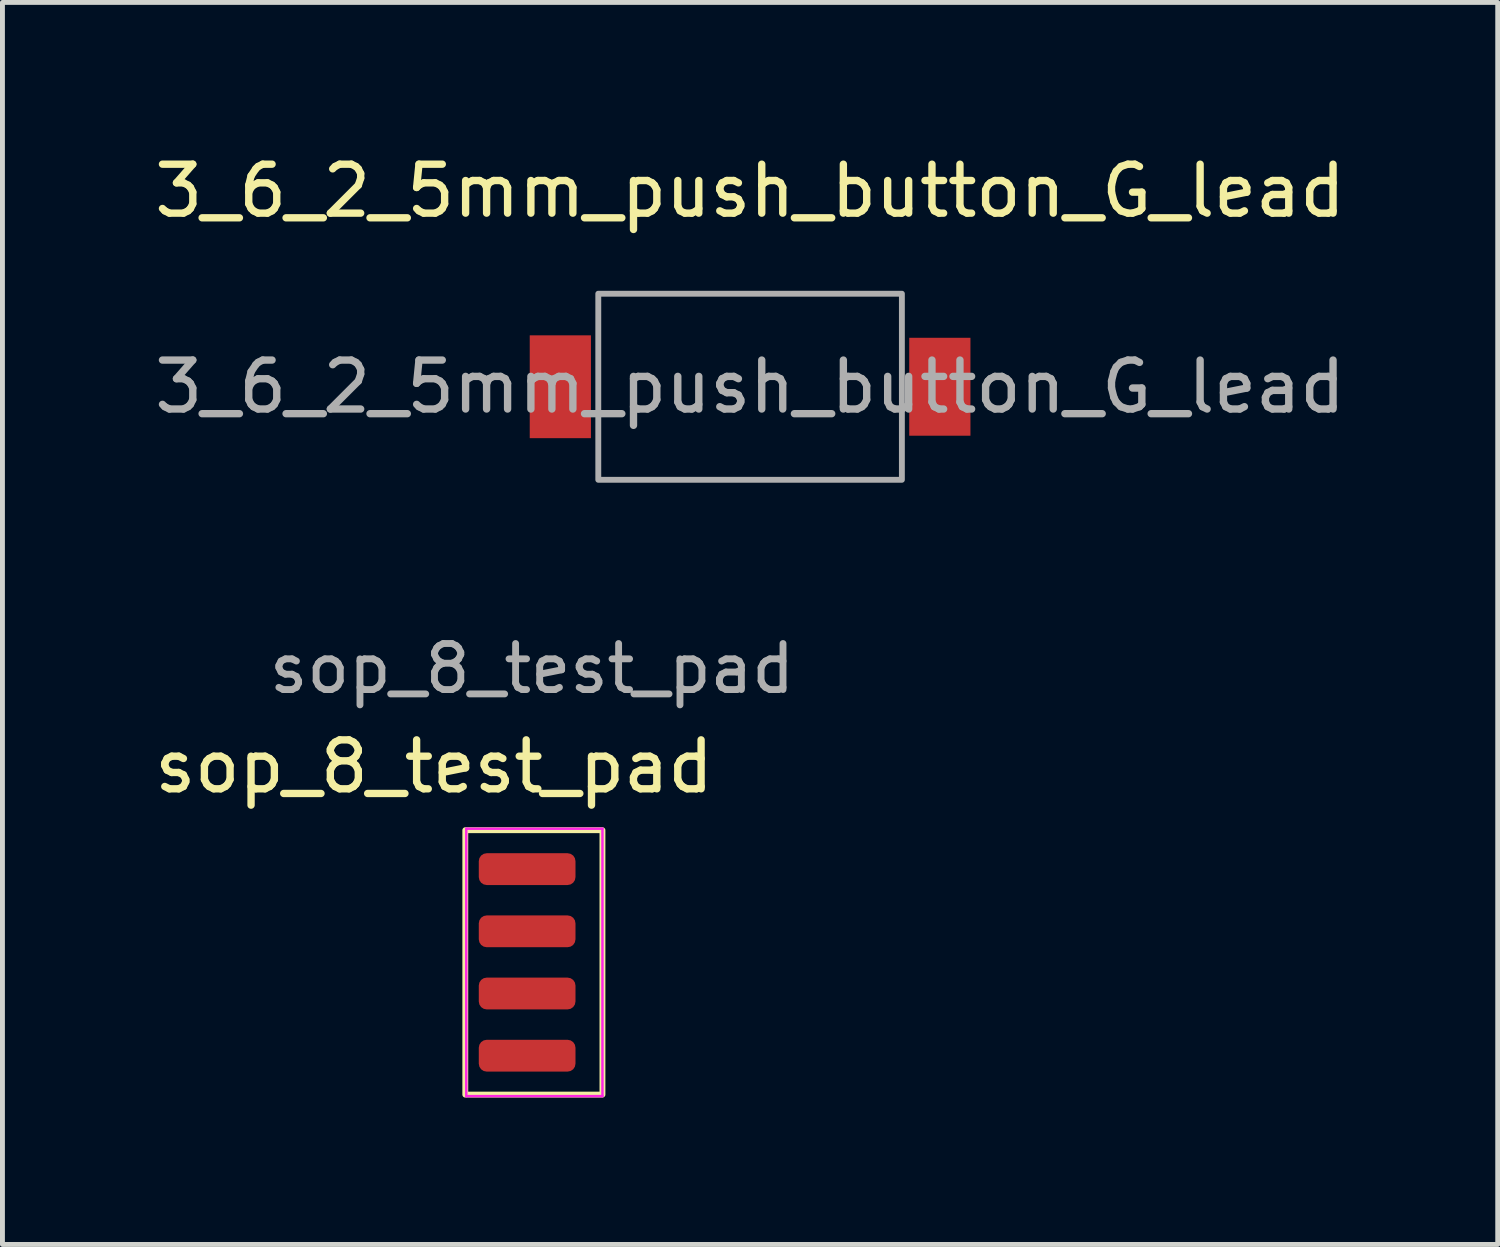
<source format=kicad_pcb>
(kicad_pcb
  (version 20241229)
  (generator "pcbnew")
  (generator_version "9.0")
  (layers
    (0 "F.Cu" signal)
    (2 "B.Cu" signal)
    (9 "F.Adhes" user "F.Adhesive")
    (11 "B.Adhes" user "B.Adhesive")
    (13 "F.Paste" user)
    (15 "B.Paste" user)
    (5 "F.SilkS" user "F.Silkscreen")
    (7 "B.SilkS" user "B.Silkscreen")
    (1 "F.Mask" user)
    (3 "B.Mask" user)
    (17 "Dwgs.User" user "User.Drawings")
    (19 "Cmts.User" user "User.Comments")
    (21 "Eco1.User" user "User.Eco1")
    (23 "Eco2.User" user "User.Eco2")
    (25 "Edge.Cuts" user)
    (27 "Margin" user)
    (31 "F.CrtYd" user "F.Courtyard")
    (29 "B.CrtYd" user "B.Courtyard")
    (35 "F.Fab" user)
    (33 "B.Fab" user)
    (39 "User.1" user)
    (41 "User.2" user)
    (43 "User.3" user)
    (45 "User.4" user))
  (footprint "3_6_2_5mm_push_button_G_lead"
    (layer "F.Cu")
    (at 12.268 4.848)
    (property "Reference" "3_6_2_5mm_push_button_G_lead" (at 0 -4 0) (unlocked yes) (layer "F.SilkS") (effects (font (size 1 1) (thickness 0.15))))
    (attr smd)
    (fp_rect (start -3.1 -1.9) (end 3.1 1.9) (stroke (width 0.12) (type solid)) (fill no) (layer "F.Fab"))
    (fp_text user "${REFERENCE}" (at 0 0 0) (unlocked yes) (layer "F.Fab") (effects (font (size 1 1) (thickness 0.15))))
    (pad "1" smd rect (at -3.875 0) (size 1.25 2.1) (layers "F.Cu" "F.Mask" "F.Paste"))
    (pad "2" smd rect (at 3.875 0) (size 1.25 2) (layers "F.Cu" "F.Mask" "F.Paste")))
  (footprint "sop_8_test_pad"
    (layer "F.Cu")
    (at 7.815 16.604)
    (property "Reference" "sop_8_test_pad" (at -2 -4 0) (layer "F.SilkS") (effects (font (size 1 1) (thickness 0.15))))
    (attr smd)
    (fp_rect (start -1.363 -2.7) (end 1.438 2.7) (stroke (width 0.12) (type solid)) (fill no) (layer "F.SilkS"))
    (fp_line (start -1.343 -2.73) (end -1.343 2.73) (stroke (width 0.05) (type solid)) (layer "F.CrtYd"))
    (fp_line (start -1.343 2.73) (end 1.438 2.73) (stroke (width 0.05) (type solid)) (layer "F.CrtYd"))
    (fp_line (start 1.438 -2.73) (end -1.343 -2.73) (stroke (width 0.05) (type solid)) (layer "F.CrtYd"))
    (fp_line (start 1.438 2.73) (end 1.438 -2.73) (stroke (width 0.05) (type solid)) (layer "F.CrtYd"))
    (fp_text user "${REFERENCE}" (at 0 -6 0) (layer "F.Fab") (effects (font (size 0.94 0.94) (thickness 0.14))))
    (pad "1" smd roundrect (at -0.1 -1.905) (size 1.975 0.65) (layers "F.Cu" "F.Mask" "F.Paste") (roundrect_rratio 0.25))
    (pad "2" smd roundrect (at -0.1 -0.635) (size 1.975 0.65) (layers "F.Cu" "F.Mask" "F.Paste") (roundrect_rratio 0.25))
    (pad "3" smd roundrect (at -0.1 0.635) (size 1.975 0.65) (layers "F.Cu" "F.Mask" "F.Paste") (roundrect_rratio 0.25))
    (pad "4" smd roundrect (at -0.1 1.905) (size 1.975 0.65) (layers "F.Cu" "F.Mask" "F.Paste") (roundrect_rratio 0.25)))
  (gr_rect
    (start -3 -3)
    (end 27.536 22.364)
    (stroke (width 0.1) (type default))
    (fill no)
    (layer "Edge.Cuts")))
</source>
